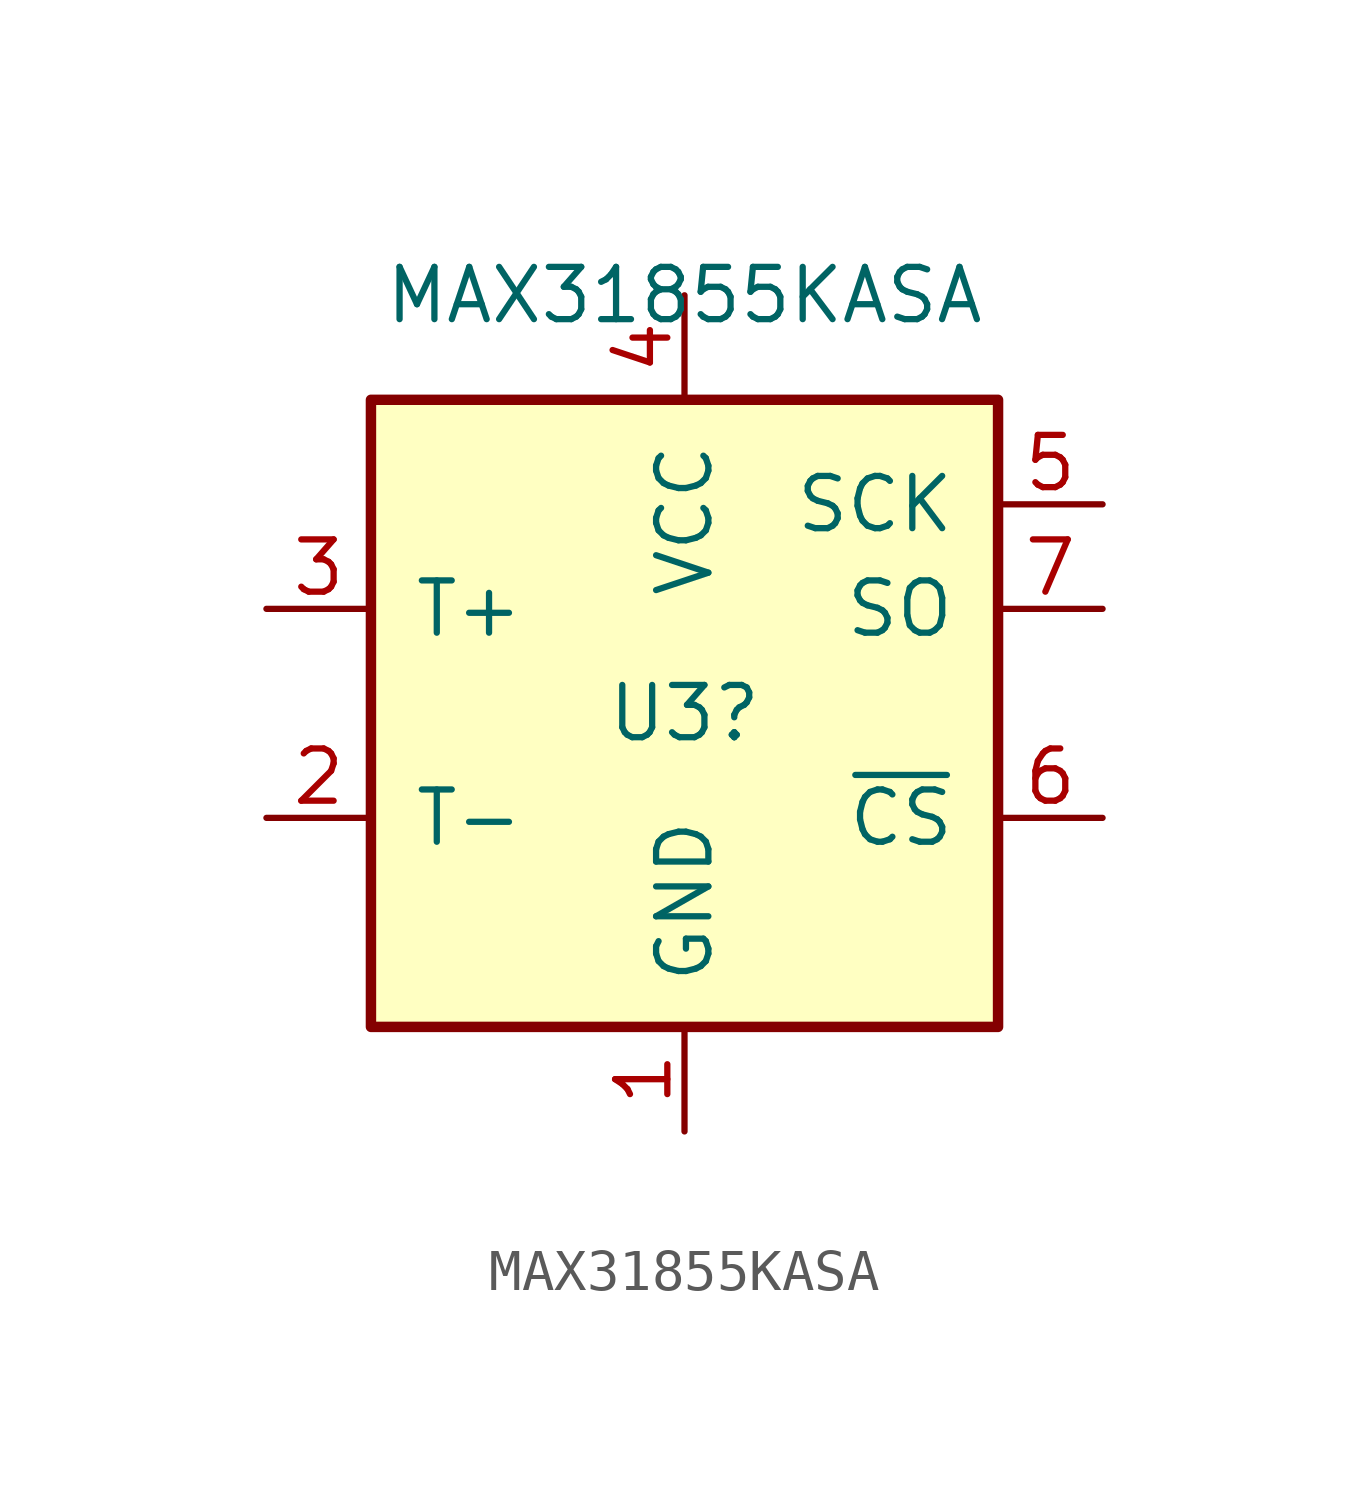
<source format=kicad_sym>
(kicad_symbol_lib
  (version 20211014)
  (generator kicad_symbol_editor)
  (symbol "MAX31855KASA"
    (pin_names
      (offset 1.016))
    (property "Reference" "U3"
      (at 0 0 0)
      (effects (font (size 1.27 1.27))))
    (property "Value" "MAX31855KASA"
      (at 0 10.16 0)
      (effects (font (size 1.27 1.27))))
    (symbol "MAX31855KASA_0_1"
      (rectangle (start -7.62 7.62) (end 7.62 -7.62) (stroke (width 0.254) (type default) (color 0 0 0 0)) (fill (type background))))
    (symbol "MAX31855KASA_1_1"
      (pin power_in line (at 0 -10.16 90) (length 2.54) (name "GND" (effects (font (size 1.27 1.27)))) (number "1" (effects (font (size 1.27 1.27)))))
      (pin passive line (at -10.16 -2.54 0) (length 2.54) (name "T-" (effects (font (size 1.27 1.27)))) (number "2" (effects (font (size 1.27 1.27)))))
      (pin passive line (at -10.16 2.54 0) (length 2.54) (name "T+" (effects (font (size 1.27 1.27)))) (number "3" (effects (font (size 1.27 1.27)))))
      (pin power_in line (at 0 10.16 270) (length 2.54) (name "VCC" (effects (font (size 1.27 1.27)))) (number "4" (effects (font (size 1.27 1.27)))))
      (pin input line (at 10.16 5.08 180) (length 2.54) (name "SCK" (effects (font (size 1.27 1.27)))) (number "5" (effects (font (size 1.27 1.27)))))
      (pin input line (at 10.16 -2.54 180) (length 2.54) (name "~{CS}" (effects (font (size 1.27 1.27)))) (number "6" (effects (font (size 1.27 1.27)))))
      (pin tri_state line (at 10.16 2.54 180) (length 2.54) (name "SO" (effects (font (size 1.27 1.27)))) (number "7" (effects (font (size 1.27 1.27))))))))
</source>
